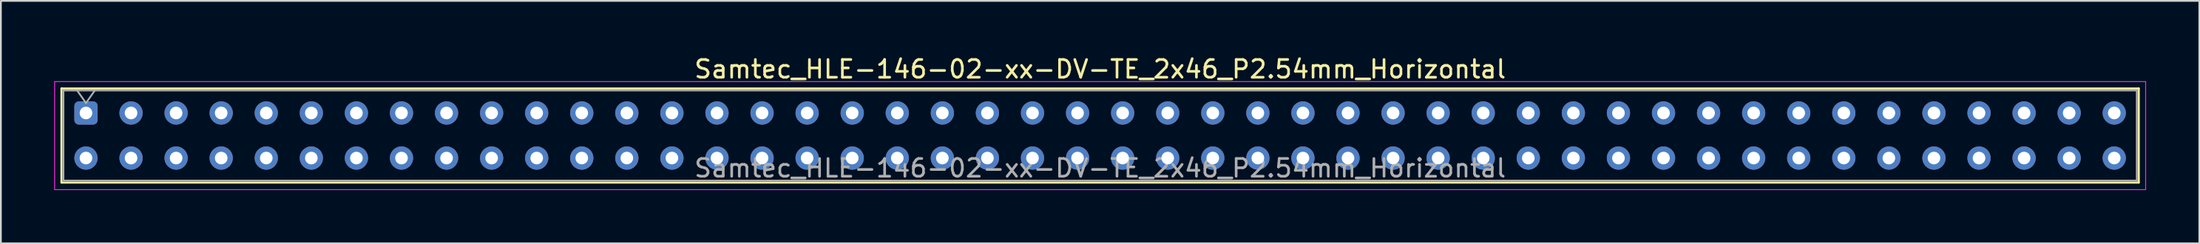
<source format=kicad_pcb>
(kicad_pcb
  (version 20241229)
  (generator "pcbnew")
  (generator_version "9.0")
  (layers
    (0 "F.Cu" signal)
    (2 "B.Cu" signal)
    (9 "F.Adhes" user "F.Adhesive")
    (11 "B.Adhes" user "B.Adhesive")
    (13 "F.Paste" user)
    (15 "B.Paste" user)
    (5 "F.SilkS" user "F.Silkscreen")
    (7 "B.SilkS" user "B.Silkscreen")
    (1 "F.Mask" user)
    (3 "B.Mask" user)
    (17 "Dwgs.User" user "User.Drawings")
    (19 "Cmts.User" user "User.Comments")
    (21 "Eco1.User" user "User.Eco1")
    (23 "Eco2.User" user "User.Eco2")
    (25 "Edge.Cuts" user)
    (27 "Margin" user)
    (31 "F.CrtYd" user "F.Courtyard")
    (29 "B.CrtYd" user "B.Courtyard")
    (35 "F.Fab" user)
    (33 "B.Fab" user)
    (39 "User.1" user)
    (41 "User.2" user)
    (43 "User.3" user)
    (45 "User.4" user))
  (footprint "Samtec_HLE-146-02-xx-DV-TE_2x46_P2.54mm_Horizontal"
    (layer "F.Cu")
    (at 1.795 3.318)
    (property "Reference" "Samtec_HLE-146-02-xx-DV-TE_2x46_P2.54mm_Horizontal" (at 57.15 -2.47 0) (layer "F.SilkS") (effects (font (size 1 1) (thickness 0.15))))
    (attr through_hole)
    (fp_line (start -1.38 -1.38) (end 115.68 -1.38) (stroke (width 0.12) (type solid)) (layer "F.SilkS"))
    (fp_line (start -1.38 3.92) (end -1.38 -1.38) (stroke (width 0.12) (type solid)) (layer "F.SilkS"))
    (fp_line (start 115.68 -1.38) (end 115.68 3.92) (stroke (width 0.12) (type solid)) (layer "F.SilkS"))
    (fp_line (start 115.68 3.92) (end -1.38 3.92) (stroke (width 0.12) (type solid)) (layer "F.SilkS"))
    (fp_line (start -1.77 -1.77) (end 116.07 -1.77) (stroke (width 0.05) (type solid)) (layer "F.CrtYd"))
    (fp_line (start -1.77 4.32) (end -1.77 -1.77) (stroke (width 0.05) (type solid)) (layer "F.CrtYd"))
    (fp_line (start 116.07 -1.77) (end 116.07 4.32) (stroke (width 0.05) (type solid)) (layer "F.CrtYd"))
    (fp_line (start 116.07 4.32) (end -1.77 4.32) (stroke (width 0.05) (type solid)) (layer "F.CrtYd"))
    (fp_line (start -1.27 -1.27) (end 115.57 -1.27) (stroke (width 0.1) (type solid)) (layer "F.Fab"))
    (fp_line (start -1.27 3.81) (end -1.27 -1.27) (stroke (width 0.1) (type solid)) (layer "F.Fab"))
    (fp_line (start -0.5 -1.27) (end 0 -0.563) (stroke (width 0.1) (type solid)) (layer "F.Fab"))
    (fp_line (start 0 -0.563) (end 0.5 -1.27) (stroke (width 0.1) (type solid)) (layer "F.Fab"))
    (fp_line (start 115.57 -1.27) (end 115.57 3.81) (stroke (width 0.1) (type solid)) (layer "F.Fab"))
    (fp_line (start 115.57 3.81) (end -1.27 3.81) (stroke (width 0.1) (type solid)) (layer "F.Fab"))
    (fp_text user "${REFERENCE}" (at 57.15 3.11 0) (layer "F.Fab") (effects (font (size 1 1) (thickness 0.15))))
    (pad "1" thru_hole roundrect (at 0 0) (size 1.31 1.31) (drill 0.71) (layers "*.Cu" "*.Mask") (roundrect_rratio 0.191))
    (pad "2" thru_hole circle (at 0 2.54) (size 1.31 1.31) (drill 0.71) (layers "*.Cu" "*.Mask"))
    (pad "3" thru_hole circle (at 2.54 0) (size 1.31 1.31) (drill 0.71) (layers "*.Cu" "*.Mask"))
    (pad "4" thru_hole circle (at 2.54 2.54) (size 1.31 1.31) (drill 0.71) (layers "*.Cu" "*.Mask"))
    (pad "5" thru_hole circle (at 5.08 0) (size 1.31 1.31) (drill 0.71) (layers "*.Cu" "*.Mask"))
    (pad "6" thru_hole circle (at 5.08 2.54) (size 1.31 1.31) (drill 0.71) (layers "*.Cu" "*.Mask"))
    (pad "7" thru_hole circle (at 7.62 0) (size 1.31 1.31) (drill 0.71) (layers "*.Cu" "*.Mask"))
    (pad "8" thru_hole circle (at 7.62 2.54) (size 1.31 1.31) (drill 0.71) (layers "*.Cu" "*.Mask"))
    (pad "9" thru_hole circle (at 10.16 0) (size 1.31 1.31) (drill 0.71) (layers "*.Cu" "*.Mask"))
    (pad "10" thru_hole circle (at 10.16 2.54) (size 1.31 1.31) (drill 0.71) (layers "*.Cu" "*.Mask"))
    (pad "11" thru_hole circle (at 12.7 0) (size 1.31 1.31) (drill 0.71) (layers "*.Cu" "*.Mask"))
    (pad "12" thru_hole circle (at 12.7 2.54) (size 1.31 1.31) (drill 0.71) (layers "*.Cu" "*.Mask"))
    (pad "13" thru_hole circle (at 15.24 0) (size 1.31 1.31) (drill 0.71) (layers "*.Cu" "*.Mask"))
    (pad "14" thru_hole circle (at 15.24 2.54) (size 1.31 1.31) (drill 0.71) (layers "*.Cu" "*.Mask"))
    (pad "15" thru_hole circle (at 17.78 0) (size 1.31 1.31) (drill 0.71) (layers "*.Cu" "*.Mask"))
    (pad "16" thru_hole circle (at 17.78 2.54) (size 1.31 1.31) (drill 0.71) (layers "*.Cu" "*.Mask"))
    (pad "17" thru_hole circle (at 20.32 0) (size 1.31 1.31) (drill 0.71) (layers "*.Cu" "*.Mask"))
    (pad "18" thru_hole circle (at 20.32 2.54) (size 1.31 1.31) (drill 0.71) (layers "*.Cu" "*.Mask"))
    (pad "19" thru_hole circle (at 22.86 0) (size 1.31 1.31) (drill 0.71) (layers "*.Cu" "*.Mask"))
    (pad "20" thru_hole circle (at 22.86 2.54) (size 1.31 1.31) (drill 0.71) (layers "*.Cu" "*.Mask"))
    (pad "21" thru_hole circle (at 25.4 0) (size 1.31 1.31) (drill 0.71) (layers "*.Cu" "*.Mask"))
    (pad "22" thru_hole circle (at 25.4 2.54) (size 1.31 1.31) (drill 0.71) (layers "*.Cu" "*.Mask"))
    (pad "23" thru_hole circle (at 27.94 0) (size 1.31 1.31) (drill 0.71) (layers "*.Cu" "*.Mask"))
    (pad "24" thru_hole circle (at 27.94 2.54) (size 1.31 1.31) (drill 0.71) (layers "*.Cu" "*.Mask"))
    (pad "25" thru_hole circle (at 30.48 0) (size 1.31 1.31) (drill 0.71) (layers "*.Cu" "*.Mask"))
    (pad "26" thru_hole circle (at 30.48 2.54) (size 1.31 1.31) (drill 0.71) (layers "*.Cu" "*.Mask"))
    (pad "27" thru_hole circle (at 33.02 0) (size 1.31 1.31) (drill 0.71) (layers "*.Cu" "*.Mask"))
    (pad "28" thru_hole circle (at 33.02 2.54) (size 1.31 1.31) (drill 0.71) (layers "*.Cu" "*.Mask"))
    (pad "29" thru_hole circle (at 35.56 0) (size 1.31 1.31) (drill 0.71) (layers "*.Cu" "*.Mask"))
    (pad "30" thru_hole circle (at 35.56 2.54) (size 1.31 1.31) (drill 0.71) (layers "*.Cu" "*.Mask"))
    (pad "31" thru_hole circle (at 38.1 0) (size 1.31 1.31) (drill 0.71) (layers "*.Cu" "*.Mask"))
    (pad "32" thru_hole circle (at 38.1 2.54) (size 1.31 1.31) (drill 0.71) (layers "*.Cu" "*.Mask"))
    (pad "33" thru_hole circle (at 40.64 0) (size 1.31 1.31) (drill 0.71) (layers "*.Cu" "*.Mask"))
    (pad "34" thru_hole circle (at 40.64 2.54) (size 1.31 1.31) (drill 0.71) (layers "*.Cu" "*.Mask"))
    (pad "35" thru_hole circle (at 43.18 0) (size 1.31 1.31) (drill 0.71) (layers "*.Cu" "*.Mask"))
    (pad "36" thru_hole circle (at 43.18 2.54) (size 1.31 1.31) (drill 0.71) (layers "*.Cu" "*.Mask"))
    (pad "37" thru_hole circle (at 45.72 0) (size 1.31 1.31) (drill 0.71) (layers "*.Cu" "*.Mask"))
    (pad "38" thru_hole circle (at 45.72 2.54) (size 1.31 1.31) (drill 0.71) (layers "*.Cu" "*.Mask"))
    (pad "39" thru_hole circle (at 48.26 0) (size 1.31 1.31) (drill 0.71) (layers "*.Cu" "*.Mask"))
    (pad "40" thru_hole circle (at 48.26 2.54) (size 1.31 1.31) (drill 0.71) (layers "*.Cu" "*.Mask"))
    (pad "41" thru_hole circle (at 50.8 0) (size 1.31 1.31) (drill 0.71) (layers "*.Cu" "*.Mask"))
    (pad "42" thru_hole circle (at 50.8 2.54) (size 1.31 1.31) (drill 0.71) (layers "*.Cu" "*.Mask"))
    (pad "43" thru_hole circle (at 53.34 0) (size 1.31 1.31) (drill 0.71) (layers "*.Cu" "*.Mask"))
    (pad "44" thru_hole circle (at 53.34 2.54) (size 1.31 1.31) (drill 0.71) (layers "*.Cu" "*.Mask"))
    (pad "45" thru_hole circle (at 55.88 0) (size 1.31 1.31) (drill 0.71) (layers "*.Cu" "*.Mask"))
    (pad "46" thru_hole circle (at 55.88 2.54) (size 1.31 1.31) (drill 0.71) (layers "*.Cu" "*.Mask"))
    (pad "47" thru_hole circle (at 58.42 0) (size 1.31 1.31) (drill 0.71) (layers "*.Cu" "*.Mask"))
    (pad "48" thru_hole circle (at 58.42 2.54) (size 1.31 1.31) (drill 0.71) (layers "*.Cu" "*.Mask"))
    (pad "49" thru_hole circle (at 60.96 0) (size 1.31 1.31) (drill 0.71) (layers "*.Cu" "*.Mask"))
    (pad "50" thru_hole circle (at 60.96 2.54) (size 1.31 1.31) (drill 0.71) (layers "*.Cu" "*.Mask"))
    (pad "51" thru_hole circle (at 63.5 0) (size 1.31 1.31) (drill 0.71) (layers "*.Cu" "*.Mask"))
    (pad "52" thru_hole circle (at 63.5 2.54) (size 1.31 1.31) (drill 0.71) (layers "*.Cu" "*.Mask"))
    (pad "53" thru_hole circle (at 66.04 0) (size 1.31 1.31) (drill 0.71) (layers "*.Cu" "*.Mask"))
    (pad "54" thru_hole circle (at 66.04 2.54) (size 1.31 1.31) (drill 0.71) (layers "*.Cu" "*.Mask"))
    (pad "55" thru_hole circle (at 68.58 0) (size 1.31 1.31) (drill 0.71) (layers "*.Cu" "*.Mask"))
    (pad "56" thru_hole circle (at 68.58 2.54) (size 1.31 1.31) (drill 0.71) (layers "*.Cu" "*.Mask"))
    (pad "57" thru_hole circle (at 71.12 0) (size 1.31 1.31) (drill 0.71) (layers "*.Cu" "*.Mask"))
    (pad "58" thru_hole circle (at 71.12 2.54) (size 1.31 1.31) (drill 0.71) (layers "*.Cu" "*.Mask"))
    (pad "59" thru_hole circle (at 73.66 0) (size 1.31 1.31) (drill 0.71) (layers "*.Cu" "*.Mask"))
    (pad "60" thru_hole circle (at 73.66 2.54) (size 1.31 1.31) (drill 0.71) (layers "*.Cu" "*.Mask"))
    (pad "61" thru_hole circle (at 76.2 0) (size 1.31 1.31) (drill 0.71) (layers "*.Cu" "*.Mask"))
    (pad "62" thru_hole circle (at 76.2 2.54) (size 1.31 1.31) (drill 0.71) (layers "*.Cu" "*.Mask"))
    (pad "63" thru_hole circle (at 78.74 0) (size 1.31 1.31) (drill 0.71) (layers "*.Cu" "*.Mask"))
    (pad "64" thru_hole circle (at 78.74 2.54) (size 1.31 1.31) (drill 0.71) (layers "*.Cu" "*.Mask"))
    (pad "65" thru_hole circle (at 81.28 0) (size 1.31 1.31) (drill 0.71) (layers "*.Cu" "*.Mask"))
    (pad "66" thru_hole circle (at 81.28 2.54) (size 1.31 1.31) (drill 0.71) (layers "*.Cu" "*.Mask"))
    (pad "67" thru_hole circle (at 83.82 0) (size 1.31 1.31) (drill 0.71) (layers "*.Cu" "*.Mask"))
    (pad "68" thru_hole circle (at 83.82 2.54) (size 1.31 1.31) (drill 0.71) (layers "*.Cu" "*.Mask"))
    (pad "69" thru_hole circle (at 86.36 0) (size 1.31 1.31) (drill 0.71) (layers "*.Cu" "*.Mask"))
    (pad "70" thru_hole circle (at 86.36 2.54) (size 1.31 1.31) (drill 0.71) (layers "*.Cu" "*.Mask"))
    (pad "71" thru_hole circle (at 88.9 0) (size 1.31 1.31) (drill 0.71) (layers "*.Cu" "*.Mask"))
    (pad "72" thru_hole circle (at 88.9 2.54) (size 1.31 1.31) (drill 0.71) (layers "*.Cu" "*.Mask"))
    (pad "73" thru_hole circle (at 91.44 0) (size 1.31 1.31) (drill 0.71) (layers "*.Cu" "*.Mask"))
    (pad "74" thru_hole circle (at 91.44 2.54) (size 1.31 1.31) (drill 0.71) (layers "*.Cu" "*.Mask"))
    (pad "75" thru_hole circle (at 93.98 0) (size 1.31 1.31) (drill 0.71) (layers "*.Cu" "*.Mask"))
    (pad "76" thru_hole circle (at 93.98 2.54) (size 1.31 1.31) (drill 0.71) (layers "*.Cu" "*.Mask"))
    (pad "77" thru_hole circle (at 96.52 0) (size 1.31 1.31) (drill 0.71) (layers "*.Cu" "*.Mask"))
    (pad "78" thru_hole circle (at 96.52 2.54) (size 1.31 1.31) (drill 0.71) (layers "*.Cu" "*.Mask"))
    (pad "79" thru_hole circle (at 99.06 0) (size 1.31 1.31) (drill 0.71) (layers "*.Cu" "*.Mask"))
    (pad "80" thru_hole circle (at 99.06 2.54) (size 1.31 1.31) (drill 0.71) (layers "*.Cu" "*.Mask"))
    (pad "81" thru_hole circle (at 101.6 0) (size 1.31 1.31) (drill 0.71) (layers "*.Cu" "*.Mask"))
    (pad "82" thru_hole circle (at 101.6 2.54) (size 1.31 1.31) (drill 0.71) (layers "*.Cu" "*.Mask"))
    (pad "83" thru_hole circle (at 104.14 0) (size 1.31 1.31) (drill 0.71) (layers "*.Cu" "*.Mask"))
    (pad "84" thru_hole circle (at 104.14 2.54) (size 1.31 1.31) (drill 0.71) (layers "*.Cu" "*.Mask"))
    (pad "85" thru_hole circle (at 106.68 0) (size 1.31 1.31) (drill 0.71) (layers "*.Cu" "*.Mask"))
    (pad "86" thru_hole circle (at 106.68 2.54) (size 1.31 1.31) (drill 0.71) (layers "*.Cu" "*.Mask"))
    (pad "87" thru_hole circle (at 109.22 0) (size 1.31 1.31) (drill 0.71) (layers "*.Cu" "*.Mask"))
    (pad "88" thru_hole circle (at 109.22 2.54) (size 1.31 1.31) (drill 0.71) (layers "*.Cu" "*.Mask"))
    (pad "89" thru_hole circle (at 111.76 0) (size 1.31 1.31) (drill 0.71) (layers "*.Cu" "*.Mask"))
    (pad "90" thru_hole circle (at 111.76 2.54) (size 1.31 1.31) (drill 0.71) (layers "*.Cu" "*.Mask"))
    (pad "91" thru_hole circle (at 114.3 0) (size 1.31 1.31) (drill 0.71) (layers "*.Cu" "*.Mask"))
    (pad "92" thru_hole circle (at 114.3 2.54) (size 1.31 1.31) (drill 0.71) (layers "*.Cu" "*.Mask")))
  (gr_rect
    (start -3 -3)
    (end 120.89 10.663)
    (stroke (width 0.1) (type default))
    (fill no)
    (layer "Edge.Cuts")))
</source>
